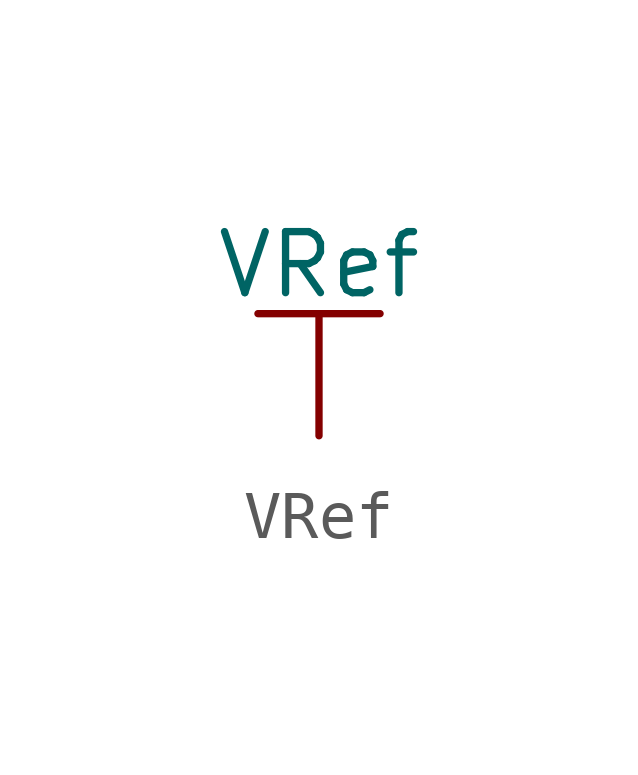
<source format=kicad_sym>
(kicad_symbol_lib
  (version 20231120)
  (generator "kicad_symbol_editor")
  (generator_version "8.0")
  (symbol "VRef"
    (power)
    (pin_names
      (offset 0))
    (property "Reference" "#PWR"
      (at 0 -3.81 0)
      (effects (font (size 1.27 1.27)) (hide yes)))
    (property "Value" "VRef"
      (at 0 3.556 0)
      (effects (font (size 1.27 1.27))))
    (symbol "VRef_0_1"
      (polyline (pts (xy -1.27 2.54) (xy 0 2.54)) (stroke (width 0) (type default)) (fill (type none)))
      (polyline (pts (xy 0 0) (xy 0 2.54)) (stroke (width 0) (type default)) (fill (type none)))
      (polyline (pts (xy 0 2.54) (xy 1.27 2.54)) (stroke (width 0) (type default)) (fill (type none))))
    (symbol "VRef_1_1"
      (pin power_in line (at 0 0 90) (length 0) hide (name "+5VRef" (effects (font (size 1.27 1.27)))) (number "1" (effects (font (size 1.27 1.27))))))))
</source>
